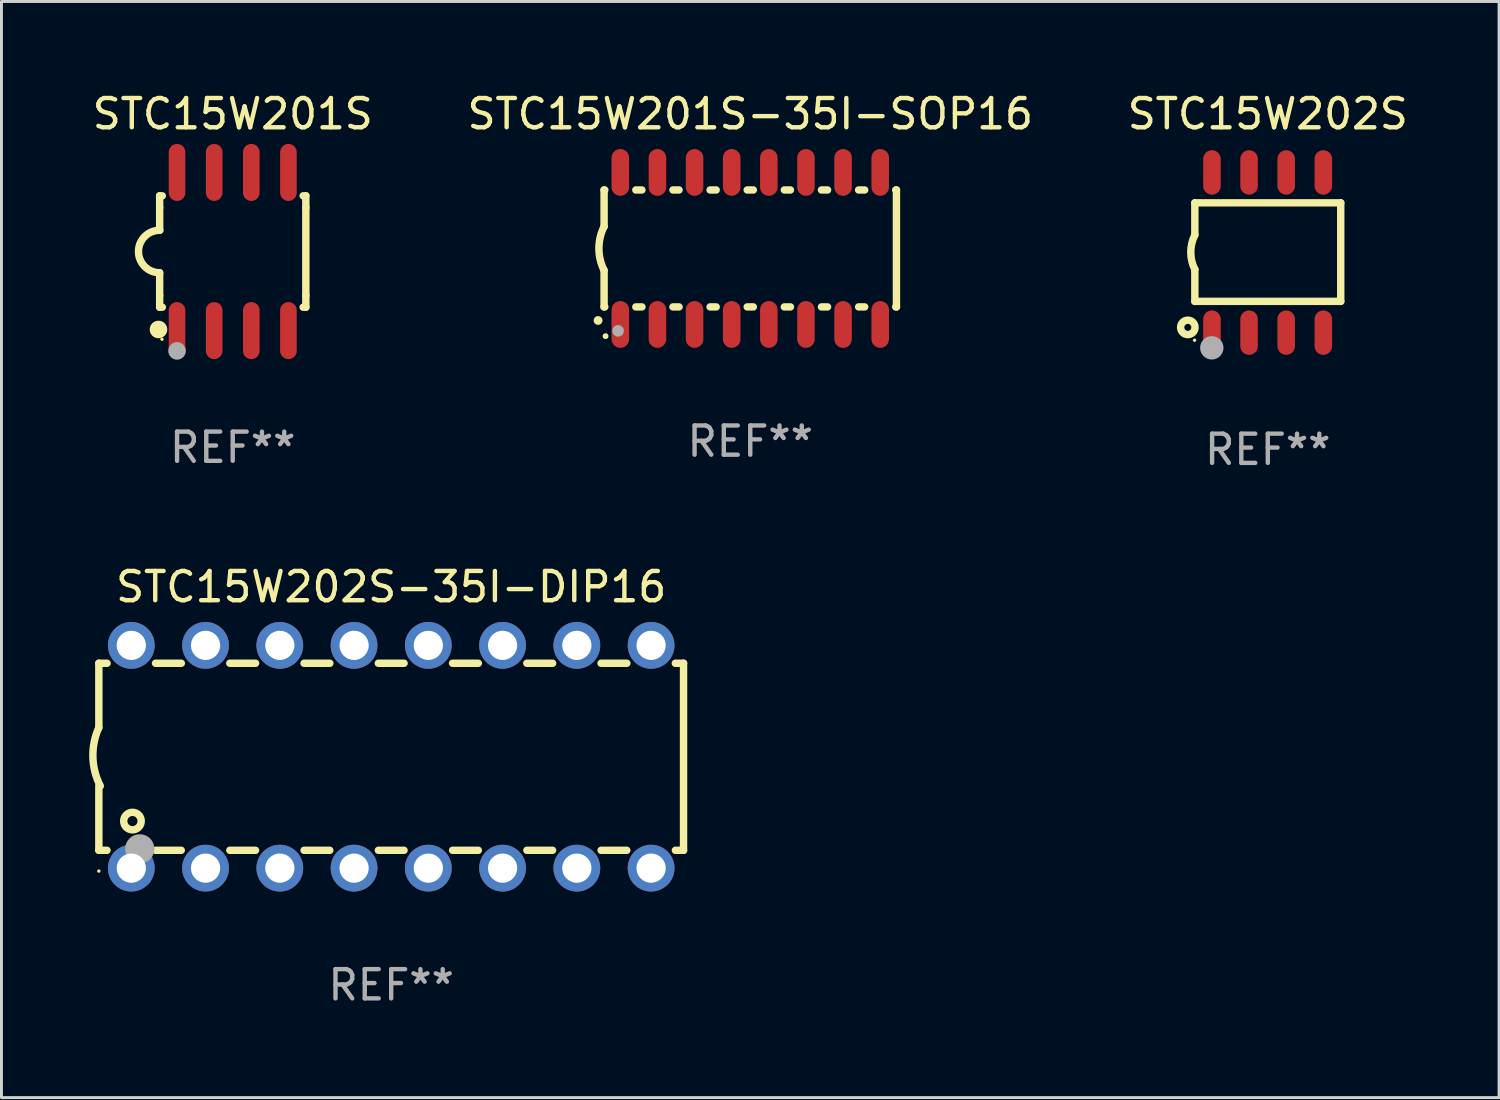
<source format=kicad_pcb>
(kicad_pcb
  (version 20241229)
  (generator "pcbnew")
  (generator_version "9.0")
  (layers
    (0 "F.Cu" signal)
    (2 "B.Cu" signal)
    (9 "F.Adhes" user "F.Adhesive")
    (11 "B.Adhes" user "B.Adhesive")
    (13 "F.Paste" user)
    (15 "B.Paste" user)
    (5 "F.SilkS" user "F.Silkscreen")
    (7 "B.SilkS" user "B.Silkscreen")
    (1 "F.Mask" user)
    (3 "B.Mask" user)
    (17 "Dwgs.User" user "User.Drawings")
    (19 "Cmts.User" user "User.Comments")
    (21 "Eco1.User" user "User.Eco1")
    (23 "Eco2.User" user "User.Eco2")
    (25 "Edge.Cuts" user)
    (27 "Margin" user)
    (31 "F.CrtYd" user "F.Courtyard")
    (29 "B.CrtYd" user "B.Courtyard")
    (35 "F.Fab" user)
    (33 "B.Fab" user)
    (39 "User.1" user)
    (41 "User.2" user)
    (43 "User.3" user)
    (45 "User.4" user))
  (footprint "STC15W202S"
    (layer "F.Cu")
    (at 40.315 5.588)
    (property "Reference" "STC15W202S" (at 0 -4.74 0) (layer "F.SilkS") (effects (font (size 1 1) (thickness 0.15))))
    (attr through_hole)
    (fp_line (start -2.495 -1.7) (end 2.495 -1.7) (stroke (width 0.254) (type solid)) (layer "F.SilkS"))
    (fp_line (start -2.495 -0.6) (end -2.495 -1.7) (stroke (width 0.254) (type solid)) (layer "F.SilkS"))
    (fp_line (start -2.495 1.671) (end -2.495 0.58) (stroke (width 0.254) (type solid)) (layer "F.SilkS"))
    (fp_line (start 2.495 -1.7) (end 2.495 1.671) (stroke (width 0.254) (type solid)) (layer "F.SilkS"))
    (fp_line (start 2.495 1.671) (end -2.495 1.671) (stroke (width 0.254) (type solid)) (layer "F.SilkS"))
    (fp_arc (start -2.495009 0.58001) (mid -2.634112 -0.009995) (end -2.495009 -0.6) (stroke (width 0.254001) (type solid)) (layer "F.SilkS"))
    (fp_circle (center -2.735 2.56) (end -2.615 2.56) (stroke (width 0.254) (type solid)) (fill no) (layer "F.SilkS"))
    (fp_circle (center -2.505 3) (end -2.475 3) (stroke (width 0.06) (type solid)) (fill no) (layer "F.SilkS"))
    (fp_circle (center -1.915 3.26) (end -1.715 3.26) (stroke (width 0.4) (type solid)) (fill no) (layer "F.Fab"))
    (fp_text user "REF**" (at 0 6.74 0) (layer "F.Fab") (effects (font (size 1 1) (thickness 0.15))))
    (pad "1" smd oval (at -1.91 2.74) (size 0.6 1.52) (layers "F.Cu" "F.Mask" "F.Paste"))
    (pad "2" smd oval (at -0.64 2.74) (size 0.6 1.52) (layers "F.Cu" "F.Mask" "F.Paste"))
    (pad "3" smd oval (at 0.63 2.74) (size 0.6 1.52) (layers "F.Cu" "F.Mask" "F.Paste"))
    (pad "4" smd oval (at 1.9 2.74) (size 0.6 1.52) (layers "F.Cu" "F.Mask" "F.Paste"))
    (pad "5" smd oval (at 1.9 -2.74) (size 0.6 1.52) (layers "F.Cu" "F.Mask" "F.Paste"))
    (pad "6" smd oval (at 0.63 -2.74) (size 0.6 1.52) (layers "F.Cu" "F.Mask" "F.Paste"))
    (pad "7" smd oval (at -0.64 -2.74) (size 0.6 1.52) (layers "F.Cu" "F.Mask" "F.Paste"))
    (pad "8" smd oval (at -1.91 -2.74) (size 0.6 1.52) (layers "F.Cu" "F.Mask" "F.Paste")))
  (footprint "STC15W202S-35I-DIP16"
    (layer "F.Cu")
    (at 10.331 22.835)
    (property "Reference" "STC15W202S-35I-DIP16" (at 0 -5.81 0) (layer "F.SilkS") (effects (font (size 1 1) (thickness 0.15))))
    (attr through_hole)
    (fp_line (start -10 -3.198) (end -9.719 -3.198) (stroke (width 0.254) (type solid)) (layer "F.SilkS"))
    (fp_line (start -10 -0.998) (end -10 -3.198) (stroke (width 0.254) (type solid)) (layer "F.SilkS"))
    (fp_line (start -10 3.2) (end -10 1) (stroke (width 0.254) (type solid)) (layer "F.SilkS"))
    (fp_line (start -10 3.2) (end -9.721 3.2) (stroke (width 0.254) (type solid)) (layer "F.SilkS"))
    (fp_line (start -8.061 -3.198) (end -7.179 -3.198) (stroke (width 0.254) (type solid)) (layer "F.SilkS"))
    (fp_line (start -8.059 3.2) (end -7.181 3.2) (stroke (width 0.254) (type solid)) (layer "F.SilkS"))
    (fp_line (start -5.521 -3.198) (end -4.639 -3.198) (stroke (width 0.254) (type solid)) (layer "F.SilkS"))
    (fp_line (start -5.519 3.2) (end -4.641 3.2) (stroke (width 0.254) (type solid)) (layer "F.SilkS"))
    (fp_line (start -2.981 -3.198) (end -2.099 -3.198) (stroke (width 0.254) (type solid)) (layer "F.SilkS"))
    (fp_line (start -2.979 3.2) (end -2.101 3.2) (stroke (width 0.254) (type solid)) (layer "F.SilkS"))
    (fp_line (start -0.441 -3.198) (end 0.441 -3.198) (stroke (width 0.254) (type solid)) (layer "F.SilkS"))
    (fp_line (start -0.439 3.2) (end 0.439 3.2) (stroke (width 0.254) (type solid)) (layer "F.SilkS"))
    (fp_line (start 2.099 -3.198) (end 2.981 -3.198) (stroke (width 0.254) (type solid)) (layer "F.SilkS"))
    (fp_line (start 2.101 3.2) (end 2.979 3.2) (stroke (width 0.254) (type solid)) (layer "F.SilkS"))
    (fp_line (start 4.639 -3.198) (end 5.521 -3.198) (stroke (width 0.254) (type solid)) (layer "F.SilkS"))
    (fp_line (start 4.641 3.2) (end 5.519 3.2) (stroke (width 0.254) (type solid)) (layer "F.SilkS"))
    (fp_line (start 7.179 -3.198) (end 8.061 -3.198) (stroke (width 0.254) (type solid)) (layer "F.SilkS"))
    (fp_line (start 7.181 3.2) (end 8.059 3.2) (stroke (width 0.254) (type solid)) (layer "F.SilkS"))
    (fp_line (start 9.719 -3.198) (end 10 -3.198) (stroke (width 0.254) (type solid)) (layer "F.SilkS"))
    (fp_line (start 9.721 3.2) (end 10 3.2) (stroke (width 0.254) (type solid)) (layer "F.SilkS"))
    (fp_line (start 10 3.2) (end 10 -3.2) (stroke (width 0.254) (type solid)) (layer "F.SilkS"))
    (fp_arc (start -9.949962 1) (mid -10.203153 0.005709) (end -10 -1) (stroke (width 0.254001) (type solid)) (layer "F.SilkS"))
    (fp_circle (center -10 3.91) (end -9.97 3.91) (stroke (width 0.06) (type solid)) (fill no) (layer "F.SilkS"))
    (fp_circle (center -8.85 2.2) (end -8.55 2.2) (stroke (width 0.254) (type solid)) (fill no) (layer "F.SilkS"))
    (fp_circle (center -8.6 3.15) (end -8.35 3.15) (stroke (width 0.5) (type solid)) (fill no) (layer "F.Fab"))
    (fp_text user "REF**" (at 0 7.81 0) (layer "F.Fab") (effects (font (size 1 1) (thickness 0.15))))
    (pad "1" thru_hole circle (at -8.89 3.81) (size 1.6 1.6) (drill 1) (layers "*.Cu" "*.Mask"))
    (pad "2" thru_hole circle (at -6.35 3.81) (size 1.6 1.6) (drill 1) (layers "*.Cu" "*.Mask"))
    (pad "3" thru_hole circle (at -3.81 3.81) (size 1.6 1.6) (drill 1) (layers "*.Cu" "*.Mask"))
    (pad "4" thru_hole circle (at -1.27 3.81) (size 1.6 1.6) (drill 1) (layers "*.Cu" "*.Mask"))
    (pad "5" thru_hole circle (at 1.27 3.81) (size 1.6 1.6) (drill 1) (layers "*.Cu" "*.Mask"))
    (pad "6" thru_hole circle (at 3.81 3.81) (size 1.6 1.6) (drill 1) (layers "*.Cu" "*.Mask"))
    (pad "7" thru_hole circle (at 6.35 3.81) (size 1.6 1.6) (drill 1) (layers "*.Cu" "*.Mask"))
    (pad "8" thru_hole circle (at 8.89 3.81) (size 1.6 1.6) (drill 1) (layers "*.Cu" "*.Mask"))
    (pad "9" thru_hole circle (at 8.89 -3.81) (size 1.6 1.6) (drill 1) (layers "*.Cu" "*.Mask"))
    (pad "10" thru_hole circle (at 6.35 -3.81) (size 1.6 1.6) (drill 1) (layers "*.Cu" "*.Mask"))
    (pad "11" thru_hole circle (at 3.81 -3.81) (size 1.6 1.6) (drill 1) (layers "*.Cu" "*.Mask"))
    (pad "12" thru_hole circle (at 1.27 -3.81) (size 1.6 1.6) (drill 1) (layers "*.Cu" "*.Mask"))
    (pad "13" thru_hole circle (at -1.27 -3.81) (size 1.6 1.6) (drill 1) (layers "*.Cu" "*.Mask"))
    (pad "14" thru_hole circle (at -3.81 -3.81) (size 1.6 1.6) (drill 1) (layers "*.Cu" "*.Mask"))
    (pad "15" thru_hole circle (at -6.35 -3.81) (size 1.6 1.6) (drill 1) (layers "*.Cu" "*.Mask"))
    (pad "16" thru_hole circle (at -8.89 -3.81) (size 1.6 1.6) (drill 1) (layers "*.Cu" "*.Mask")))
  (footprint "STC15W201S"
    (layer "F.Cu")
    (at 4.911 5.553)
    (property "Reference" "STC15W201S" (at 0 -4.705 0) (layer "F.SilkS") (effects (font (size 1 1) (thickness 0.15))))
    (attr through_hole)
    (fp_line (start -2.5 -1.905) (end -2.409 -1.905) (stroke (width 0.254) (type solid)) (layer "F.SilkS"))
    (fp_line (start -2.5 -1.5) (end -2.5 -1.905) (stroke (width 0.254) (type solid)) (layer "F.SilkS"))
    (fp_line (start -2.5 -1.5) (end -2.5 -0.726) (stroke (width 0.254) (type solid)) (layer "F.SilkS"))
    (fp_line (start -2.5 1.5) (end -2.5 0.727) (stroke (width 0.254) (type solid)) (layer "F.SilkS"))
    (fp_line (start -2.5 1.5) (end -2.5 1.905) (stroke (width 0.254) (type solid)) (layer "F.SilkS"))
    (fp_line (start -2.5 1.905) (end -2.409 1.905) (stroke (width 0.254) (type solid)) (layer "F.SilkS"))
    (fp_line (start 2.5 -1.905) (end 2.409 -1.905) (stroke (width 0.254) (type solid)) (layer "F.SilkS"))
    (fp_line (start 2.5 -1.5) (end 2.5 -1.905) (stroke (width 0.254) (type solid)) (layer "F.SilkS"))
    (fp_line (start 2.5 -1.5) (end 2.5 1.5) (stroke (width 0.254) (type solid)) (layer "F.SilkS"))
    (fp_line (start 2.5 1.5) (end 2.5 1.905) (stroke (width 0.254) (type solid)) (layer "F.SilkS"))
    (fp_line (start 2.5 1.905) (end 2.409 1.905) (stroke (width 0.254) (type solid)) (layer "F.SilkS"))
    (fp_arc (start -2.5 0.726568) (mid -3.220316 -0.0023) (end -2.495097 -0.726289) (stroke (width 0.254001) (type solid)) (layer "F.SilkS"))
    (fp_circle (center -2.54 2.667) (end -2.39 2.667) (stroke (width 0.3) (type solid)) (fill no) (layer "F.SilkS"))
    (fp_circle (center -2.42 3) (end -2.39 3) (stroke (width 0.06) (type solid)) (fill no) (layer "F.SilkS"))
    (fp_circle (center -1.905 3.4) (end -1.755 3.4) (stroke (width 0.3) (type solid)) (fill no) (layer "F.Fab"))
    (fp_text user "REF**" (at 0 6.705 0) (layer "F.Fab") (effects (font (size 1 1) (thickness 0.15))))
    (pad "1" smd oval (at -1.905 2.705) (size 0.568 1.95) (layers "F.Cu" "F.Mask" "F.Paste"))
    (pad "2" smd oval (at -0.635 2.705) (size 0.568 1.95) (layers "F.Cu" "F.Mask" "F.Paste"))
    (pad "3" smd oval (at 0.635 2.705) (size 0.568 1.95) (layers "F.Cu" "F.Mask" "F.Paste"))
    (pad "4" smd oval (at 1.905 2.705) (size 0.568 1.95) (layers "F.Cu" "F.Mask" "F.Paste"))
    (pad "5" smd oval (at 1.905 -2.705) (size 0.568 1.95) (layers "F.Cu" "F.Mask" "F.Paste"))
    (pad "6" smd oval (at 0.635 -2.705) (size 0.568 1.95) (layers "F.Cu" "F.Mask" "F.Paste"))
    (pad "7" smd oval (at -0.635 -2.705) (size 0.568 1.95) (layers "F.Cu" "F.Mask" "F.Paste"))
    (pad "8" smd oval (at -1.905 -2.705) (size 0.568 1.95) (layers "F.Cu" "F.Mask" "F.Paste")))
  (footprint "STC15W201S-35I-SOP16"
    (layer "F.Cu")
    (at 22.613 5.448)
    (property "Reference" "STC15W201S-35I-SOP16" (at 0 -4.6 0) (layer "F.SilkS") (effects (font (size 1 1) (thickness 0.15))))
    (attr through_hole)
    (fp_line (start -5 -2) (end -5 -0.75) (stroke (width 0.254) (type solid)) (layer "F.SilkS"))
    (fp_line (start -5 -2) (end -4.976 -2) (stroke (width 0.254) (type solid)) (layer "F.SilkS"))
    (fp_line (start -5 2) (end -5 0.75) (stroke (width 0.254) (type solid)) (layer "F.SilkS"))
    (fp_line (start -5 2) (end -4.976 2) (stroke (width 0.254) (type solid)) (layer "F.SilkS"))
    (fp_line (start -3.914 -2) (end -3.706 -2) (stroke (width 0.254) (type solid)) (layer "F.SilkS"))
    (fp_line (start -3.914 2) (end -3.706 2) (stroke (width 0.254) (type solid)) (layer "F.SilkS"))
    (fp_line (start -2.644 -2) (end -2.436 -2) (stroke (width 0.254) (type solid)) (layer "F.SilkS"))
    (fp_line (start -2.644 2) (end -2.436 2) (stroke (width 0.254) (type solid)) (layer "F.SilkS"))
    (fp_line (start -1.374 -2) (end -1.166 -2) (stroke (width 0.254) (type solid)) (layer "F.SilkS"))
    (fp_line (start -1.374 2) (end -1.166 2) (stroke (width 0.254) (type solid)) (layer "F.SilkS"))
    (fp_line (start -0.104 -2) (end 0.104 -2) (stroke (width 0.254) (type solid)) (layer "F.SilkS"))
    (fp_line (start -0.104 2) (end 0.104 2) (stroke (width 0.254) (type solid)) (layer "F.SilkS"))
    (fp_line (start 1.166 -2) (end 1.374 -2) (stroke (width 0.254) (type solid)) (layer "F.SilkS"))
    (fp_line (start 1.166 2) (end 1.374 2) (stroke (width 0.254) (type solid)) (layer "F.SilkS"))
    (fp_line (start 2.436 -2) (end 2.644 -2) (stroke (width 0.254) (type solid)) (layer "F.SilkS"))
    (fp_line (start 2.436 2) (end 2.644 2) (stroke (width 0.254) (type solid)) (layer "F.SilkS"))
    (fp_line (start 3.706 -2) (end 3.914 -2) (stroke (width 0.254) (type solid)) (layer "F.SilkS"))
    (fp_line (start 3.706 2) (end 3.914 2) (stroke (width 0.254) (type solid)) (layer "F.SilkS"))
    (fp_line (start 4.976 -2) (end 5 -2) (stroke (width 0.254) (type solid)) (layer "F.SilkS"))
    (fp_line (start 4.976 2) (end 5 2) (stroke (width 0.254) (type solid)) (layer "F.SilkS"))
    (fp_line (start 5 2) (end 5 -2) (stroke (width 0.254) (type solid)) (layer "F.SilkS"))
    (fp_arc (start -5.20701 2.46383) (mid -5.20574 2.463825) (end -5.20447 2.46383) (stroke (width 0.3) (type solid)) (layer "F.SilkS"))
    (fp_arc (start -5 0.751207) (mid -5.177192 0.00061) (end -5 -0.749987) (stroke (width 0.254001) (type solid)) (layer "F.SilkS"))
    (fp_circle (center -4.95 3) (end -4.9 3) (stroke (width 0.1) (type solid)) (fill no) (layer "F.SilkS"))
    (fp_circle (center -4.521 2.819) (end -4.421 2.819) (stroke (width 0.2) (type solid)) (fill no) (layer "F.Fab"))
    (fp_text user "REF**" (at 0 6.6 0) (layer "F.Fab") (effects (font (size 1 1) (thickness 0.15))))
    (pad "1" smd oval (at -4.445 2.6 180) (size 0.6 1.6) (layers "F.Cu" "F.Mask" "F.Paste"))
    (pad "2" smd oval (at -3.175 2.6 180) (size 0.6 1.6) (layers "F.Cu" "F.Mask" "F.Paste"))
    (pad "3" smd oval (at -1.905 2.6 180) (size 0.6 1.6) (layers "F.Cu" "F.Mask" "F.Paste"))
    (pad "4" smd oval (at -0.635 2.6 180) (size 0.6 1.6) (layers "F.Cu" "F.Mask" "F.Paste"))
    (pad "5" smd oval (at 0.635 2.6 180) (size 0.6 1.6) (layers "F.Cu" "F.Mask" "F.Paste"))
    (pad "6" smd oval (at 1.905 2.6 180) (size 0.6 1.6) (layers "F.Cu" "F.Mask" "F.Paste"))
    (pad "7" smd oval (at 3.175 2.6 180) (size 0.6 1.6) (layers "F.Cu" "F.Mask" "F.Paste"))
    (pad "8" smd oval (at 4.445 2.6 180) (size 0.6 1.6) (layers "F.Cu" "F.Mask" "F.Paste"))
    (pad "9" smd oval (at 4.445 -2.6 180) (size 0.6 1.6) (layers "F.Cu" "F.Mask" "F.Paste"))
    (pad "10" smd oval (at 3.175 -2.6 180) (size 0.6 1.6) (layers "F.Cu" "F.Mask" "F.Paste"))
    (pad "11" smd oval (at 1.905 -2.6 180) (size 0.6 1.6) (layers "F.Cu" "F.Mask" "F.Paste"))
    (pad "12" smd oval (at 0.635 -2.6 180) (size 0.6 1.6) (layers "F.Cu" "F.Mask" "F.Paste"))
    (pad "13" smd oval (at -0.635 -2.6 180) (size 0.6 1.6) (layers "F.Cu" "F.Mask" "F.Paste"))
    (pad "14" smd oval (at -1.905 -2.6 180) (size 0.6 1.6) (layers "F.Cu" "F.Mask" "F.Paste"))
    (pad "15" smd oval (at -3.175 -2.6 180) (size 0.6 1.6) (layers "F.Cu" "F.Mask" "F.Paste"))
    (pad "16" smd oval (at -4.445 -2.6 180) (size 0.6 1.6) (layers "F.Cu" "F.Mask" "F.Paste")))
  (gr_rect
    (start -3 -3)
    (end 48.226 34.493)
    (stroke (width 0.1) (type default))
    (fill no)
    (layer "Edge.Cuts")))
</source>
